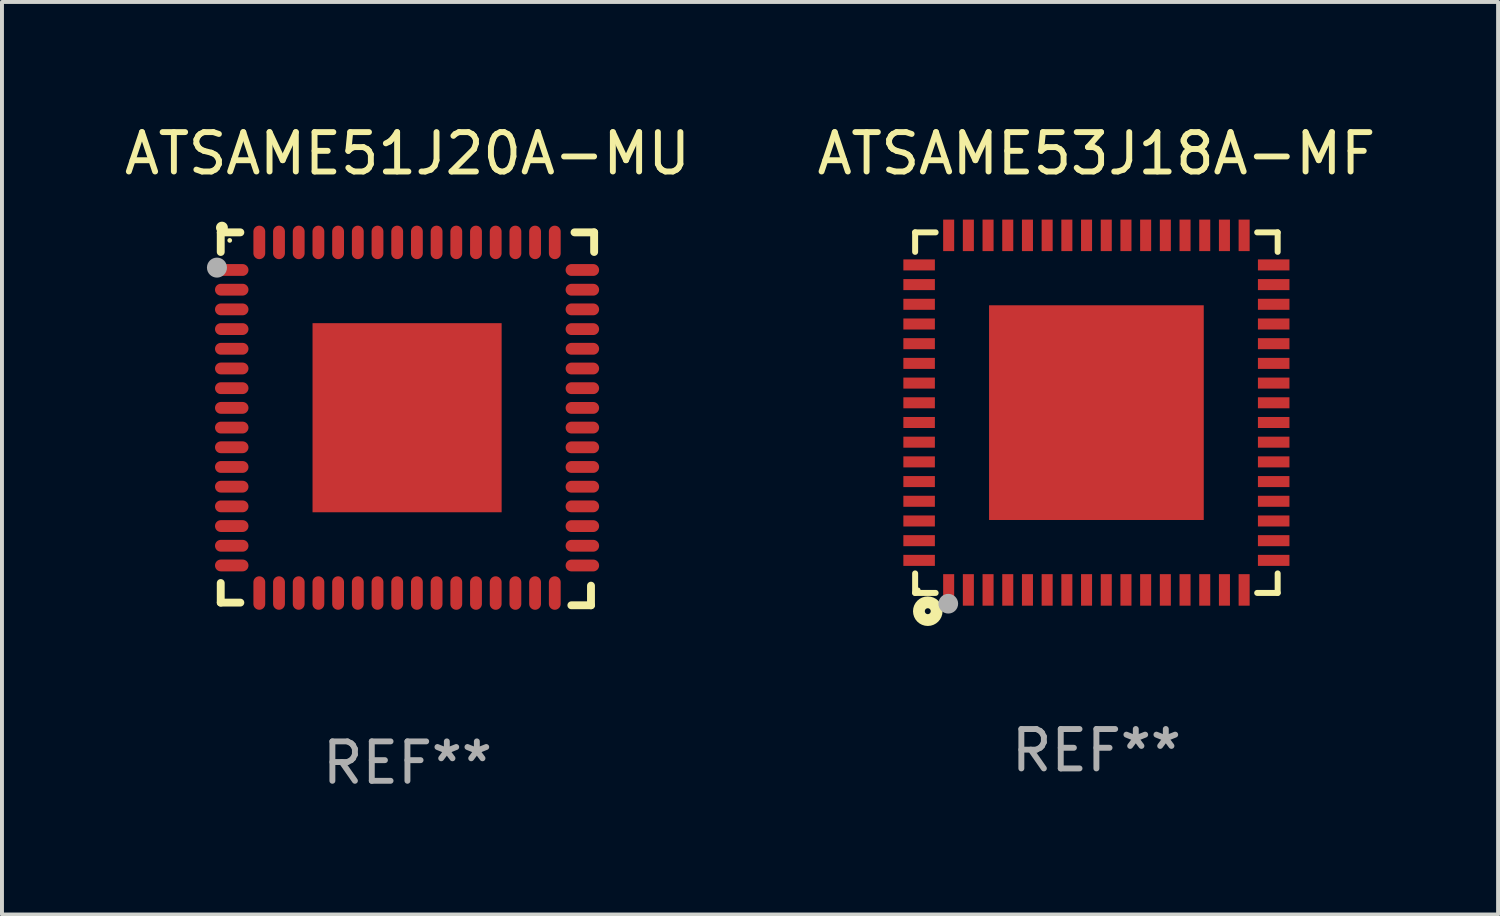
<source format=kicad_pcb>
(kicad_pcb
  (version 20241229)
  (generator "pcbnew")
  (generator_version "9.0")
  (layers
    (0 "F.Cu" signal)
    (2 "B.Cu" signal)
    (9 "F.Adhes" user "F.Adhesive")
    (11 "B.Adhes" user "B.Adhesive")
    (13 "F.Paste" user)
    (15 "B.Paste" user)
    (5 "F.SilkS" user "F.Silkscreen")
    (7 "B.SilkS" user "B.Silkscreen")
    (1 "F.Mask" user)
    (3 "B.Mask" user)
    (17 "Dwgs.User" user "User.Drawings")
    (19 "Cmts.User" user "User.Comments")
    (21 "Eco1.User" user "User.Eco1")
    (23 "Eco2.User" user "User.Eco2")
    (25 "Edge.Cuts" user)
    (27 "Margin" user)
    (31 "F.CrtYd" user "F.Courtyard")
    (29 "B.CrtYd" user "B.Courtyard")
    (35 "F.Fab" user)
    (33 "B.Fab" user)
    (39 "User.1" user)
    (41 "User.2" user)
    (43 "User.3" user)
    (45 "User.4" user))
  (footprint "ATSAME51J20A-MU"
    (layer "F.Cu")
    (at 7.292 7.581)
    (property "Reference" "ATSAME51J20A-MU" (at 0 -6.733 0) (layer "F.SilkS") (effects (font (size 1 1) (thickness 0.15))))
    (attr through_hole)
    (fp_line (start -4.739 -4.733) (end -4.241 -4.733) (stroke (width 0.2) (type solid)) (layer "F.SilkS"))
    (fp_line (start -4.739 -4.235) (end -4.739 -4.733) (stroke (width 0.2) (type solid)) (layer "F.SilkS"))
    (fp_line (start -4.739 4.168) (end -4.739 4.665) (stroke (width 0.2) (type solid)) (layer "F.SilkS"))
    (fp_line (start -4.739 4.665) (end -4.241 4.665) (stroke (width 0.2) (type solid)) (layer "F.SilkS"))
    (fp_line (start 4.161 4.733) (end 4.659 4.733) (stroke (width 0.2) (type solid)) (layer "F.SilkS"))
    (fp_line (start 4.241 -4.733) (end 4.739 -4.733) (stroke (width 0.2) (type solid)) (layer "F.SilkS"))
    (fp_line (start 4.659 4.733) (end 4.659 4.235) (stroke (width 0.2) (type solid)) (layer "F.SilkS"))
    (fp_line (start 4.739 -4.733) (end 4.739 -4.235) (stroke (width 0.2) (type solid)) (layer "F.SilkS"))
    (fp_arc (start -4.708623 -4.85108) (mid -4.708628 -4.85235) (end -4.708623 -4.85362) (stroke (width 0.3) (type solid)) (layer "F.SilkS"))
    (fp_circle (center -4.511 -4.529) (end -4.481 -4.529) (stroke (width 0.06) (type solid)) (fill no) (layer "F.SilkS"))
    (fp_circle (center -4.835 -3.838) (end -4.708 -3.838) (stroke (width 0.254) (type solid)) (fill no) (layer "F.Fab"))
    (fp_text user "REF**" (at 0 8.733 0) (layer "F.Fab") (effects (font (size 1 1) (thickness 0.15))))
    (pad "1" smd oval (at -4.46 -3.778) (size 0.85 0.3) (layers "F.Cu" "F.Mask" "F.Paste"))
    (pad "2" smd oval (at -4.46 -3.278) (size 0.85 0.3) (layers "F.Cu" "F.Mask" "F.Paste"))
    (pad "3" smd oval (at -4.46 -2.778) (size 0.85 0.3) (layers "F.Cu" "F.Mask" "F.Paste"))
    (pad "4" smd oval (at -4.46 -2.278) (size 0.85 0.3) (layers "F.Cu" "F.Mask" "F.Paste"))
    (pad "5" smd oval (at -4.46 -1.778) (size 0.85 0.3) (layers "F.Cu" "F.Mask" "F.Paste"))
    (pad "6" smd oval (at -4.46 -1.278) (size 0.85 0.3) (layers "F.Cu" "F.Mask" "F.Paste"))
    (pad "7" smd oval (at -4.46 -0.778) (size 0.85 0.3) (layers "F.Cu" "F.Mask" "F.Paste"))
    (pad "8" smd oval (at -4.46 -0.278) (size 0.85 0.3) (layers "F.Cu" "F.Mask" "F.Paste"))
    (pad "9" smd oval (at -4.46 0.222) (size 0.85 0.3) (layers "F.Cu" "F.Mask" "F.Paste"))
    (pad "10" smd oval (at -4.46 0.722) (size 0.85 0.3) (layers "F.Cu" "F.Mask" "F.Paste"))
    (pad "11" smd oval (at -4.46 1.222) (size 0.85 0.3) (layers "F.Cu" "F.Mask" "F.Paste"))
    (pad "12" smd oval (at -4.46 1.722) (size 0.85 0.3) (layers "F.Cu" "F.Mask" "F.Paste"))
    (pad "13" smd oval (at -4.46 2.222) (size 0.85 0.3) (layers "F.Cu" "F.Mask" "F.Paste"))
    (pad "14" smd oval (at -4.46 2.722) (size 0.85 0.3) (layers "F.Cu" "F.Mask" "F.Paste"))
    (pad "15" smd oval (at -4.46 3.222) (size 0.85 0.3) (layers "F.Cu" "F.Mask" "F.Paste"))
    (pad "16" smd oval (at -4.46 3.722) (size 0.85 0.3) (layers "F.Cu" "F.Mask" "F.Paste"))
    (pad "17" smd oval (at -3.76 4.422) (size 0.3 0.85) (layers "F.Cu" "F.Mask" "F.Paste"))
    (pad "18" smd oval (at -3.26 4.422) (size 0.3 0.85) (layers "F.Cu" "F.Mask" "F.Paste"))
    (pad "19" smd oval (at -2.76 4.422) (size 0.3 0.85) (layers "F.Cu" "F.Mask" "F.Paste"))
    (pad "20" smd oval (at -2.26 4.422) (size 0.3 0.85) (layers "F.Cu" "F.Mask" "F.Paste"))
    (pad "21" smd oval (at -1.76 4.422) (size 0.3 0.85) (layers "F.Cu" "F.Mask" "F.Paste"))
    (pad "22" smd oval (at -1.26 4.422) (size 0.3 0.85) (layers "F.Cu" "F.Mask" "F.Paste"))
    (pad "23" smd oval (at -0.76 4.422) (size 0.3 0.85) (layers "F.Cu" "F.Mask" "F.Paste"))
    (pad "24" smd oval (at -0.26 4.422) (size 0.3 0.85) (layers "F.Cu" "F.Mask" "F.Paste"))
    (pad "25" smd oval (at 0.24 4.422) (size 0.3 0.85) (layers "F.Cu" "F.Mask" "F.Paste"))
    (pad "26" smd oval (at 0.74 4.422) (size 0.3 0.85) (layers "F.Cu" "F.Mask" "F.Paste"))
    (pad "27" smd oval (at 1.24 4.422) (size 0.3 0.85) (layers "F.Cu" "F.Mask" "F.Paste"))
    (pad "28" smd oval (at 1.74 4.422) (size 0.3 0.85) (layers "F.Cu" "F.Mask" "F.Paste"))
    (pad "29" smd oval (at 2.24 4.422) (size 0.3 0.85) (layers "F.Cu" "F.Mask" "F.Paste"))
    (pad "30" smd oval (at 2.74 4.422) (size 0.3 0.85) (layers "F.Cu" "F.Mask" "F.Paste"))
    (pad "31" smd oval (at 3.24 4.422) (size 0.3 0.85) (layers "F.Cu" "F.Mask" "F.Paste"))
    (pad "32" smd oval (at 3.74 4.422) (size 0.3 0.85) (layers "F.Cu" "F.Mask" "F.Paste"))
    (pad "33" smd oval (at 4.44 3.723) (size 0.85 0.3) (layers "F.Cu" "F.Mask" "F.Paste"))
    (pad "34" smd oval (at 4.44 3.222) (size 0.85 0.3) (layers "F.Cu" "F.Mask" "F.Paste"))
    (pad "35" smd oval (at 4.44 2.723) (size 0.85 0.3) (layers "F.Cu" "F.Mask" "F.Paste"))
    (pad "36" smd oval (at 4.44 2.222) (size 0.85 0.3) (layers "F.Cu" "F.Mask" "F.Paste"))
    (pad "37" smd oval (at 4.44 1.723) (size 0.85 0.3) (layers "F.Cu" "F.Mask" "F.Paste"))
    (pad "38" smd oval (at 4.44 1.222) (size 0.85 0.3) (layers "F.Cu" "F.Mask" "F.Paste"))
    (pad "39" smd oval (at 4.44 0.723) (size 0.85 0.3) (layers "F.Cu" "F.Mask" "F.Paste"))
    (pad "40" smd oval (at 4.44 0.222) (size 0.85 0.3) (layers "F.Cu" "F.Mask" "F.Paste"))
    (pad "41" smd oval (at 4.44 -0.277) (size 0.85 0.3) (layers "F.Cu" "F.Mask" "F.Paste"))
    (pad "42" smd oval (at 4.44 -0.778) (size 0.85 0.3) (layers "F.Cu" "F.Mask" "F.Paste"))
    (pad "43" smd oval (at 4.44 -1.277) (size 0.85 0.3) (layers "F.Cu" "F.Mask" "F.Paste"))
    (pad "44" smd oval (at 4.44 -1.778) (size 0.85 0.3) (layers "F.Cu" "F.Mask" "F.Paste"))
    (pad "45" smd oval (at 4.44 -2.277) (size 0.85 0.3) (layers "F.Cu" "F.Mask" "F.Paste"))
    (pad "46" smd oval (at 4.44 -2.778) (size 0.85 0.3) (layers "F.Cu" "F.Mask" "F.Paste"))
    (pad "47" smd oval (at 4.44 -3.277) (size 0.85 0.3) (layers "F.Cu" "F.Mask" "F.Paste"))
    (pad "48" smd oval (at 4.44 -3.778) (size 0.85 0.3) (layers "F.Cu" "F.Mask" "F.Paste"))
    (pad "49" smd oval (at 3.74 -4.478) (size 0.3 0.85) (layers "F.Cu" "F.Mask" "F.Paste"))
    (pad "50" smd oval (at 3.24 -4.478) (size 0.3 0.85) (layers "F.Cu" "F.Mask" "F.Paste"))
    (pad "51" smd oval (at 2.74 -4.478) (size 0.3 0.85) (layers "F.Cu" "F.Mask" "F.Paste"))
    (pad "52" smd oval (at 2.24 -4.478) (size 0.3 0.85) (layers "F.Cu" "F.Mask" "F.Paste"))
    (pad "53" smd oval (at 1.74 -4.478) (size 0.3 0.85) (layers "F.Cu" "F.Mask" "F.Paste"))
    (pad "54" smd oval (at 1.24 -4.478) (size 0.3 0.85) (layers "F.Cu" "F.Mask" "F.Paste"))
    (pad "55" smd oval (at 0.74 -4.478) (size 0.3 0.85) (layers "F.Cu" "F.Mask" "F.Paste"))
    (pad "56" smd oval (at 0.24 -4.478) (size 0.3 0.85) (layers "F.Cu" "F.Mask" "F.Paste"))
    (pad "57" smd oval (at -0.26 -4.478) (size 0.3 0.85) (layers "F.Cu" "F.Mask" "F.Paste"))
    (pad "58" smd oval (at -0.76 -4.478) (size 0.3 0.85) (layers "F.Cu" "F.Mask" "F.Paste"))
    (pad "59" smd oval (at -1.26 -4.478) (size 0.3 0.85) (layers "F.Cu" "F.Mask" "F.Paste"))
    (pad "60" smd oval (at -1.76 -4.478) (size 0.3 0.85) (layers "F.Cu" "F.Mask" "F.Paste"))
    (pad "61" smd oval (at -2.26 -4.478) (size 0.3 0.85) (layers "F.Cu" "F.Mask" "F.Paste"))
    (pad "62" smd oval (at -2.76 -4.478) (size 0.3 0.85) (layers "F.Cu" "F.Mask" "F.Paste"))
    (pad "63" smd oval (at -3.26 -4.478) (size 0.3 0.85) (layers "F.Cu" "F.Mask" "F.Paste"))
    (pad "64" smd oval (at -3.76 -4.478) (size 0.3 0.85) (layers "F.Cu" "F.Mask" "F.Paste"))
    (pad "65" smd rect (at -0.009 -0.028 90) (size 4.8 4.8) (layers "F.Cu" "F.Mask" "F.Paste")))
  (footprint "ATSAME53J18A-MF"
    (layer "F.Cu")
    (at 24.78 7.424)
    (property "Reference" "ATSAME53J18A-MF" (at 0 -6.576 0) (layer "F.SilkS") (effects (font (size 1 1) (thickness 0.15))))
    (attr through_hole)
    (fp_line (start -4.601 -4.576) (end -4.081 -4.576) (stroke (width 0.152) (type solid)) (layer "F.SilkS"))
    (fp_line (start -4.601 -4.081) (end -4.601 -4.576) (stroke (width 0.152) (type solid)) (layer "F.SilkS"))
    (fp_line (start -4.601 4.081) (end -4.601 4.576) (stroke (width 0.152) (type solid)) (layer "F.SilkS"))
    (fp_line (start -4.601 4.576) (end -4.081 4.576) (stroke (width 0.152) (type solid)) (layer "F.SilkS"))
    (fp_line (start 4.601 -4.576) (end 4.081 -4.576) (stroke (width 0.152) (type solid)) (layer "F.SilkS"))
    (fp_line (start 4.601 -4.081) (end 4.601 -4.576) (stroke (width 0.152) (type solid)) (layer "F.SilkS"))
    (fp_line (start 4.601 4.081) (end 4.601 4.576) (stroke (width 0.152) (type solid)) (layer "F.SilkS"))
    (fp_line (start 4.601 4.576) (end 4.081 4.576) (stroke (width 0.152) (type solid)) (layer "F.SilkS"))
    (fp_circle (center -4.525 4.5) (end -4.495 4.5) (stroke (width 0.06) (type solid)) (fill no) (layer "F.SilkS"))
    (fp_circle (center -4.28 5.04) (end -4.205 5.04) (stroke (width 0.3) (type solid)) (fill no) (layer "F.SilkS"))
    (fp_circle (center -3.76 4.85) (end -3.635 4.85) (stroke (width 0.25) (type solid)) (fill no) (layer "F.Fab"))
    (fp_text user "REF**" (at 0 8.576 0) (layer "F.Fab") (effects (font (size 1 1) (thickness 0.15))))
    (pad "1" smd rect (at -3.75 4.5) (size 0.28 0.8) (layers "F.Cu" "F.Mask" "F.Paste"))
    (pad "2" smd rect (at -3.25 4.5) (size 0.28 0.8) (layers "F.Cu" "F.Mask" "F.Paste"))
    (pad "3" smd rect (at -2.75 4.5) (size 0.28 0.8) (layers "F.Cu" "F.Mask" "F.Paste"))
    (pad "4" smd rect (at -2.25 4.5) (size 0.28 0.8) (layers "F.Cu" "F.Mask" "F.Paste"))
    (pad "5" smd rect (at -1.75 4.5) (size 0.28 0.8) (layers "F.Cu" "F.Mask" "F.Paste"))
    (pad "6" smd rect (at -1.25 4.5) (size 0.28 0.8) (layers "F.Cu" "F.Mask" "F.Paste"))
    (pad "7" smd rect (at -0.75 4.5) (size 0.28 0.8) (layers "F.Cu" "F.Mask" "F.Paste"))
    (pad "8" smd rect (at -0.25 4.5) (size 0.28 0.8) (layers "F.Cu" "F.Mask" "F.Paste"))
    (pad "9" smd rect (at 0.25 4.5) (size 0.28 0.8) (layers "F.Cu" "F.Mask" "F.Paste"))
    (pad "10" smd rect (at 0.75 4.5) (size 0.28 0.8) (layers "F.Cu" "F.Mask" "F.Paste"))
    (pad "11" smd rect (at 1.25 4.5) (size 0.28 0.8) (layers "F.Cu" "F.Mask" "F.Paste"))
    (pad "12" smd rect (at 1.75 4.5) (size 0.28 0.8) (layers "F.Cu" "F.Mask" "F.Paste"))
    (pad "13" smd rect (at 2.25 4.5) (size 0.28 0.8) (layers "F.Cu" "F.Mask" "F.Paste"))
    (pad "14" smd rect (at 2.75 4.5) (size 0.28 0.8) (layers "F.Cu" "F.Mask" "F.Paste"))
    (pad "15" smd rect (at 3.25 4.5) (size 0.28 0.8) (layers "F.Cu" "F.Mask" "F.Paste"))
    (pad "16" smd rect (at 3.75 4.5) (size 0.28 0.8) (layers "F.Cu" "F.Mask" "F.Paste"))
    (pad "17" smd rect (at 4.5 3.75) (size 0.8 0.28) (layers "F.Cu" "F.Mask" "F.Paste"))
    (pad "18" smd rect (at 4.5 3.25) (size 0.8 0.28) (layers "F.Cu" "F.Mask" "F.Paste"))
    (pad "19" smd rect (at 4.5 2.75) (size 0.8 0.28) (layers "F.Cu" "F.Mask" "F.Paste"))
    (pad "20" smd rect (at 4.5 2.25) (size 0.8 0.28) (layers "F.Cu" "F.Mask" "F.Paste"))
    (pad "21" smd rect (at 4.5 1.75) (size 0.8 0.28) (layers "F.Cu" "F.Mask" "F.Paste"))
    (pad "22" smd rect (at 4.5 1.25) (size 0.8 0.28) (layers "F.Cu" "F.Mask" "F.Paste"))
    (pad "23" smd rect (at 4.5 0.75) (size 0.8 0.28) (layers "F.Cu" "F.Mask" "F.Paste"))
    (pad "24" smd rect (at 4.5 0.25) (size 0.8 0.28) (layers "F.Cu" "F.Mask" "F.Paste"))
    (pad "25" smd rect (at 4.5 -0.25) (size 0.8 0.28) (layers "F.Cu" "F.Mask" "F.Paste"))
    (pad "26" smd rect (at 4.5 -0.75) (size 0.8 0.28) (layers "F.Cu" "F.Mask" "F.Paste"))
    (pad "27" smd rect (at 4.5 -1.25) (size 0.8 0.28) (layers "F.Cu" "F.Mask" "F.Paste"))
    (pad "28" smd rect (at 4.5 -1.75) (size 0.8 0.28) (layers "F.Cu" "F.Mask" "F.Paste"))
    (pad "29" smd rect (at 4.5 -2.25) (size 0.8 0.28) (layers "F.Cu" "F.Mask" "F.Paste"))
    (pad "30" smd rect (at 4.5 -2.75) (size 0.8 0.28) (layers "F.Cu" "F.Mask" "F.Paste"))
    (pad "31" smd rect (at 4.5 -3.25) (size 0.8 0.28) (layers "F.Cu" "F.Mask" "F.Paste"))
    (pad "32" smd rect (at 4.5 -3.75) (size 0.8 0.28) (layers "F.Cu" "F.Mask" "F.Paste"))
    (pad "33" smd rect (at 3.75 -4.5) (size 0.28 0.8) (layers "F.Cu" "F.Mask" "F.Paste"))
    (pad "34" smd rect (at 3.25 -4.5) (size 0.28 0.8) (layers "F.Cu" "F.Mask" "F.Paste"))
    (pad "35" smd rect (at 2.75 -4.5) (size 0.28 0.8) (layers "F.Cu" "F.Mask" "F.Paste"))
    (pad "36" smd rect (at 2.25 -4.5) (size 0.28 0.8) (layers "F.Cu" "F.Mask" "F.Paste"))
    (pad "37" smd rect (at 1.75 -4.5) (size 0.28 0.8) (layers "F.Cu" "F.Mask" "F.Paste"))
    (pad "38" smd rect (at 1.25 -4.5) (size 0.28 0.8) (layers "F.Cu" "F.Mask" "F.Paste"))
    (pad "39" smd rect (at 0.75 -4.5) (size 0.28 0.8) (layers "F.Cu" "F.Mask" "F.Paste"))
    (pad "40" smd rect (at 0.25 -4.5) (size 0.28 0.8) (layers "F.Cu" "F.Mask" "F.Paste"))
    (pad "41" smd rect (at -0.25 -4.5) (size 0.28 0.8) (layers "F.Cu" "F.Mask" "F.Paste"))
    (pad "42" smd rect (at -0.75 -4.5) (size 0.28 0.8) (layers "F.Cu" "F.Mask" "F.Paste"))
    (pad "43" smd rect (at -1.25 -4.5) (size 0.28 0.8) (layers "F.Cu" "F.Mask" "F.Paste"))
    (pad "44" smd rect (at -1.75 -4.5) (size 0.28 0.8) (layers "F.Cu" "F.Mask" "F.Paste"))
    (pad "45" smd rect (at -2.25 -4.5) (size 0.28 0.8) (layers "F.Cu" "F.Mask" "F.Paste"))
    (pad "46" smd rect (at -2.75 -4.5) (size 0.28 0.8) (layers "F.Cu" "F.Mask" "F.Paste"))
    (pad "47" smd rect (at -3.25 -4.5) (size 0.28 0.8) (layers "F.Cu" "F.Mask" "F.Paste"))
    (pad "48" smd rect (at -3.75 -4.5) (size 0.28 0.8) (layers "F.Cu" "F.Mask" "F.Paste"))
    (pad "49" smd rect (at -4.5 -3.75) (size 0.8 0.28) (layers "F.Cu" "F.Mask" "F.Paste"))
    (pad "50" smd rect (at -4.5 -3.25) (size 0.8 0.28) (layers "F.Cu" "F.Mask" "F.Paste"))
    (pad "51" smd rect (at -4.5 -2.75) (size 0.8 0.28) (layers "F.Cu" "F.Mask" "F.Paste"))
    (pad "52" smd rect (at -4.5 -2.25) (size 0.8 0.28) (layers "F.Cu" "F.Mask" "F.Paste"))
    (pad "53" smd rect (at -4.5 -1.75) (size 0.8 0.28) (layers "F.Cu" "F.Mask" "F.Paste"))
    (pad "54" smd rect (at -4.5 -1.25) (size 0.8 0.28) (layers "F.Cu" "F.Mask" "F.Paste"))
    (pad "55" smd rect (at -4.5 -0.75) (size 0.8 0.28) (layers "F.Cu" "F.Mask" "F.Paste"))
    (pad "56" smd rect (at -4.5 -0.25) (size 0.8 0.28) (layers "F.Cu" "F.Mask" "F.Paste"))
    (pad "57" smd rect (at -4.5 0.25) (size 0.8 0.28) (layers "F.Cu" "F.Mask" "F.Paste"))
    (pad "58" smd rect (at -4.5 0.75) (size 0.8 0.28) (layers "F.Cu" "F.Mask" "F.Paste"))
    (pad "59" smd rect (at -4.5 1.25) (size 0.8 0.28) (layers "F.Cu" "F.Mask" "F.Paste"))
    (pad "60" smd rect (at -4.5 1.75) (size 0.8 0.28) (layers "F.Cu" "F.Mask" "F.Paste"))
    (pad "61" smd rect (at -4.5 2.25) (size 0.8 0.28) (layers "F.Cu" "F.Mask" "F.Paste"))
    (pad "62" smd rect (at -4.5 2.75) (size 0.8 0.28) (layers "F.Cu" "F.Mask" "F.Paste"))
    (pad "63" smd rect (at -4.5 3.25) (size 0.8 0.28) (layers "F.Cu" "F.Mask" "F.Paste"))
    (pad "64" smd rect (at -4.5 3.75) (size 0.8 0.28) (layers "F.Cu" "F.Mask" "F.Paste"))
    (pad "65" smd rect (at 0 0) (size 5.45 5.45) (layers "F.Cu" "F.Mask" "F.Paste")))
  (gr_rect
    (start -3 -3)
    (end 34.976 20.162)
    (stroke (width 0.1) (type default))
    (fill no)
    (layer "Edge.Cuts")))
</source>
